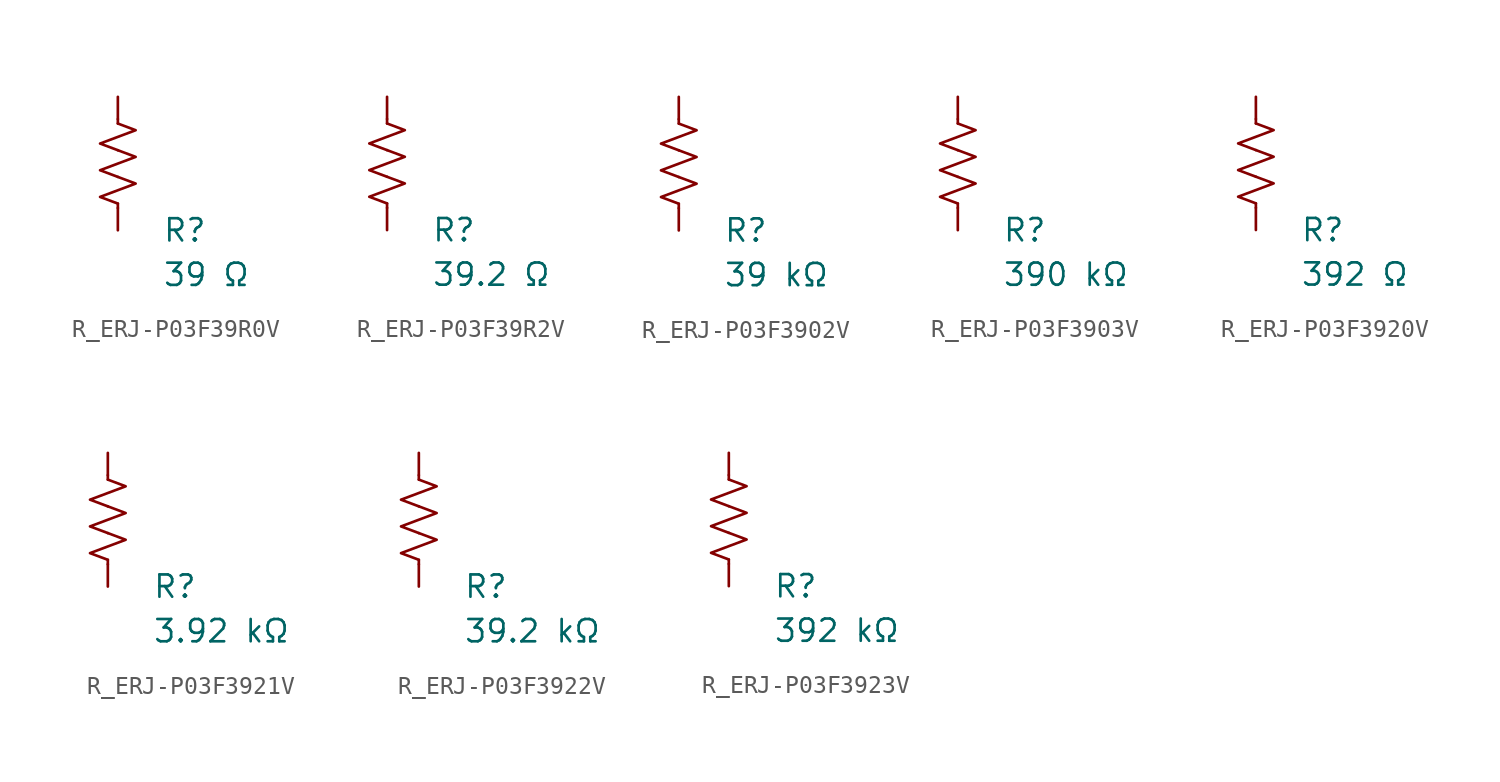
<source format=kicad_sym>
(kicad_symbol_lib
  (version 20231120)
  (generator "kicad_symbol_editor")
  (generator_version "8.0")
  (symbol "R_ERJ-P03F39R0V"
    (pin_numbers hide)
    (pin_names
      (offset 0))
    (property "Reference" "R"
      (at 2.54 -3.81 0)
      (effects (font (size 1.27 1.27)) (justify left))
      (show_name no))
    (property "Value" "39 Ω"
      (at 2.54 -6.35 0)
      (effects (font (size 1.27 1.27)) (justify left))
      (show_name no))
    (symbol "R_ERJ-P03F39R0V_0_1"
      (polyline (pts (xy 0 -2.286) (xy 0 -2.54)) (stroke (width 0) (type default)) (fill (type none)))
      (polyline (pts (xy 0 2.286) (xy 0 2.54)) (stroke (width 0) (type default)) (fill (type none)))
      (polyline (pts (xy 0 -0.762) (xy 1.016 -1.143) (xy 0 -1.524) (xy -1.016 -1.905) (xy 0 -2.286)) (stroke (width 0) (type default)) (fill (type none)))
      (polyline (pts (xy 0 0.762) (xy 1.016 0.381) (xy 0 0) (xy -1.016 -0.381) (xy 0 -0.762)) (stroke (width 0) (type default)) (fill (type none)))
      (polyline (pts (xy 0 2.286) (xy 1.016 1.905) (xy 0 1.524) (xy -1.016 1.143) (xy 0 0.762)) (stroke (width 0) (type default)) (fill (type none))))
    (symbol "R_ERJ-P03F39R0V_1_1"
      (pin passive line (at 0 3.81 270) (length 1.27) (name "~" (effects (font (size 1.27 1.27)))) (number "1" (effects (font (size 1.27 1.27)))))
      (pin passive line (at 0 -3.81 90) (length 1.27) (name "~" (effects (font (size 1.27 1.27)))) (number "2" (effects (font (size 1.27 1.27)))))))
  (symbol "R_ERJ-P03F39R2V"
    (pin_numbers hide)
    (pin_names
      (offset 0))
    (property "Reference" "R"
      (at 2.54 -3.81 0)
      (effects (font (size 1.27 1.27)) (justify left))
      (show_name no))
    (property "Value" "39.2 Ω"
      (at 2.54 -6.35 0)
      (effects (font (size 1.27 1.27)) (justify left))
      (show_name no))
    (symbol "R_ERJ-P03F39R2V_0_1"
      (polyline (pts (xy 0 -2.286) (xy 0 -2.54)) (stroke (width 0) (type default)) (fill (type none)))
      (polyline (pts (xy 0 2.286) (xy 0 2.54)) (stroke (width 0) (type default)) (fill (type none)))
      (polyline (pts (xy 0 -0.762) (xy 1.016 -1.143) (xy 0 -1.524) (xy -1.016 -1.905) (xy 0 -2.286)) (stroke (width 0) (type default)) (fill (type none)))
      (polyline (pts (xy 0 0.762) (xy 1.016 0.381) (xy 0 0) (xy -1.016 -0.381) (xy 0 -0.762)) (stroke (width 0) (type default)) (fill (type none)))
      (polyline (pts (xy 0 2.286) (xy 1.016 1.905) (xy 0 1.524) (xy -1.016 1.143) (xy 0 0.762)) (stroke (width 0) (type default)) (fill (type none))))
    (symbol "R_ERJ-P03F39R2V_1_1"
      (pin passive line (at 0 3.81 270) (length 1.27) (name "~" (effects (font (size 1.27 1.27)))) (number "1" (effects (font (size 1.27 1.27)))))
      (pin passive line (at 0 -3.81 90) (length 1.27) (name "~" (effects (font (size 1.27 1.27)))) (number "2" (effects (font (size 1.27 1.27)))))))
  (symbol "R_ERJ-P03F3902V"
    (pin_numbers hide)
    (pin_names
      (offset 0))
    (property "Reference" "R"
      (at 2.54 -3.81 0)
      (effects (font (size 1.27 1.27)) (justify left))
      (show_name no))
    (property "Value" "39 kΩ"
      (at 2.54 -6.35 0)
      (effects (font (size 1.27 1.27)) (justify left))
      (show_name no))
    (symbol "R_ERJ-P03F3902V_0_1"
      (polyline (pts (xy 0 -2.286) (xy 0 -2.54)) (stroke (width 0) (type default)) (fill (type none)))
      (polyline (pts (xy 0 2.286) (xy 0 2.54)) (stroke (width 0) (type default)) (fill (type none)))
      (polyline (pts (xy 0 -0.762) (xy 1.016 -1.143) (xy 0 -1.524) (xy -1.016 -1.905) (xy 0 -2.286)) (stroke (width 0) (type default)) (fill (type none)))
      (polyline (pts (xy 0 0.762) (xy 1.016 0.381) (xy 0 0) (xy -1.016 -0.381) (xy 0 -0.762)) (stroke (width 0) (type default)) (fill (type none)))
      (polyline (pts (xy 0 2.286) (xy 1.016 1.905) (xy 0 1.524) (xy -1.016 1.143) (xy 0 0.762)) (stroke (width 0) (type default)) (fill (type none))))
    (symbol "R_ERJ-P03F3902V_1_1"
      (pin passive line (at 0 3.81 270) (length 1.27) (name "~" (effects (font (size 1.27 1.27)))) (number "1" (effects (font (size 1.27 1.27)))))
      (pin passive line (at 0 -3.81 90) (length 1.27) (name "~" (effects (font (size 1.27 1.27)))) (number "2" (effects (font (size 1.27 1.27)))))))
  (symbol "R_ERJ-P03F3903V"
    (pin_numbers hide)
    (pin_names
      (offset 0))
    (property "Reference" "R"
      (at 2.54 -3.81 0)
      (effects (font (size 1.27 1.27)) (justify left))
      (show_name no))
    (property "Value" "390 kΩ"
      (at 2.54 -6.35 0)
      (effects (font (size 1.27 1.27)) (justify left))
      (show_name no))
    (symbol "R_ERJ-P03F3903V_0_1"
      (polyline (pts (xy 0 -2.286) (xy 0 -2.54)) (stroke (width 0) (type default)) (fill (type none)))
      (polyline (pts (xy 0 2.286) (xy 0 2.54)) (stroke (width 0) (type default)) (fill (type none)))
      (polyline (pts (xy 0 -0.762) (xy 1.016 -1.143) (xy 0 -1.524) (xy -1.016 -1.905) (xy 0 -2.286)) (stroke (width 0) (type default)) (fill (type none)))
      (polyline (pts (xy 0 0.762) (xy 1.016 0.381) (xy 0 0) (xy -1.016 -0.381) (xy 0 -0.762)) (stroke (width 0) (type default)) (fill (type none)))
      (polyline (pts (xy 0 2.286) (xy 1.016 1.905) (xy 0 1.524) (xy -1.016 1.143) (xy 0 0.762)) (stroke (width 0) (type default)) (fill (type none))))
    (symbol "R_ERJ-P03F3903V_1_1"
      (pin passive line (at 0 3.81 270) (length 1.27) (name "~" (effects (font (size 1.27 1.27)))) (number "1" (effects (font (size 1.27 1.27)))))
      (pin passive line (at 0 -3.81 90) (length 1.27) (name "~" (effects (font (size 1.27 1.27)))) (number "2" (effects (font (size 1.27 1.27)))))))
  (symbol "R_ERJ-P03F3920V"
    (pin_numbers hide)
    (pin_names
      (offset 0))
    (property "Reference" "R"
      (at 2.54 -3.81 0)
      (effects (font (size 1.27 1.27)) (justify left))
      (show_name no))
    (property "Value" "392 Ω"
      (at 2.54 -6.35 0)
      (effects (font (size 1.27 1.27)) (justify left))
      (show_name no))
    (symbol "R_ERJ-P03F3920V_0_1"
      (polyline (pts (xy 0 -2.286) (xy 0 -2.54)) (stroke (width 0) (type default)) (fill (type none)))
      (polyline (pts (xy 0 2.286) (xy 0 2.54)) (stroke (width 0) (type default)) (fill (type none)))
      (polyline (pts (xy 0 -0.762) (xy 1.016 -1.143) (xy 0 -1.524) (xy -1.016 -1.905) (xy 0 -2.286)) (stroke (width 0) (type default)) (fill (type none)))
      (polyline (pts (xy 0 0.762) (xy 1.016 0.381) (xy 0 0) (xy -1.016 -0.381) (xy 0 -0.762)) (stroke (width 0) (type default)) (fill (type none)))
      (polyline (pts (xy 0 2.286) (xy 1.016 1.905) (xy 0 1.524) (xy -1.016 1.143) (xy 0 0.762)) (stroke (width 0) (type default)) (fill (type none))))
    (symbol "R_ERJ-P03F3920V_1_1"
      (pin passive line (at 0 3.81 270) (length 1.27) (name "~" (effects (font (size 1.27 1.27)))) (number "1" (effects (font (size 1.27 1.27)))))
      (pin passive line (at 0 -3.81 90) (length 1.27) (name "~" (effects (font (size 1.27 1.27)))) (number "2" (effects (font (size 1.27 1.27)))))))
  (symbol "R_ERJ-P03F3921V"
    (pin_numbers hide)
    (pin_names
      (offset 0))
    (property "Reference" "R"
      (at 2.54 -3.81 0)
      (effects (font (size 1.27 1.27)) (justify left))
      (show_name no))
    (property "Value" "3.92 kΩ"
      (at 2.54 -6.35 0)
      (effects (font (size 1.27 1.27)) (justify left))
      (show_name no))
    (symbol "R_ERJ-P03F3921V_0_1"
      (polyline (pts (xy 0 -2.286) (xy 0 -2.54)) (stroke (width 0) (type default)) (fill (type none)))
      (polyline (pts (xy 0 2.286) (xy 0 2.54)) (stroke (width 0) (type default)) (fill (type none)))
      (polyline (pts (xy 0 -0.762) (xy 1.016 -1.143) (xy 0 -1.524) (xy -1.016 -1.905) (xy 0 -2.286)) (stroke (width 0) (type default)) (fill (type none)))
      (polyline (pts (xy 0 0.762) (xy 1.016 0.381) (xy 0 0) (xy -1.016 -0.381) (xy 0 -0.762)) (stroke (width 0) (type default)) (fill (type none)))
      (polyline (pts (xy 0 2.286) (xy 1.016 1.905) (xy 0 1.524) (xy -1.016 1.143) (xy 0 0.762)) (stroke (width 0) (type default)) (fill (type none))))
    (symbol "R_ERJ-P03F3921V_1_1"
      (pin passive line (at 0 3.81 270) (length 1.27) (name "~" (effects (font (size 1.27 1.27)))) (number "1" (effects (font (size 1.27 1.27)))))
      (pin passive line (at 0 -3.81 90) (length 1.27) (name "~" (effects (font (size 1.27 1.27)))) (number "2" (effects (font (size 1.27 1.27)))))))
  (symbol "R_ERJ-P03F3922V"
    (pin_numbers hide)
    (pin_names
      (offset 0))
    (property "Reference" "R"
      (at 2.54 -3.81 0)
      (effects (font (size 1.27 1.27)) (justify left))
      (show_name no))
    (property "Value" "39.2 kΩ"
      (at 2.54 -6.35 0)
      (effects (font (size 1.27 1.27)) (justify left))
      (show_name no))
    (symbol "R_ERJ-P03F3922V_0_1"
      (polyline (pts (xy 0 -2.286) (xy 0 -2.54)) (stroke (width 0) (type default)) (fill (type none)))
      (polyline (pts (xy 0 2.286) (xy 0 2.54)) (stroke (width 0) (type default)) (fill (type none)))
      (polyline (pts (xy 0 -0.762) (xy 1.016 -1.143) (xy 0 -1.524) (xy -1.016 -1.905) (xy 0 -2.286)) (stroke (width 0) (type default)) (fill (type none)))
      (polyline (pts (xy 0 0.762) (xy 1.016 0.381) (xy 0 0) (xy -1.016 -0.381) (xy 0 -0.762)) (stroke (width 0) (type default)) (fill (type none)))
      (polyline (pts (xy 0 2.286) (xy 1.016 1.905) (xy 0 1.524) (xy -1.016 1.143) (xy 0 0.762)) (stroke (width 0) (type default)) (fill (type none))))
    (symbol "R_ERJ-P03F3922V_1_1"
      (pin passive line (at 0 3.81 270) (length 1.27) (name "~" (effects (font (size 1.27 1.27)))) (number "1" (effects (font (size 1.27 1.27)))))
      (pin passive line (at 0 -3.81 90) (length 1.27) (name "~" (effects (font (size 1.27 1.27)))) (number "2" (effects (font (size 1.27 1.27)))))))
  (symbol "R_ERJ-P03F3923V"
    (pin_numbers hide)
    (pin_names
      (offset 0))
    (property "Reference" "R"
      (at 2.54 -3.81 0)
      (effects (font (size 1.27 1.27)) (justify left))
      (show_name no))
    (property "Value" "392 kΩ"
      (at 2.54 -6.35 0)
      (effects (font (size 1.27 1.27)) (justify left))
      (show_name no))
    (symbol "R_ERJ-P03F3923V_0_1"
      (polyline (pts (xy 0 -2.286) (xy 0 -2.54)) (stroke (width 0) (type default)) (fill (type none)))
      (polyline (pts (xy 0 2.286) (xy 0 2.54)) (stroke (width 0) (type default)) (fill (type none)))
      (polyline (pts (xy 0 -0.762) (xy 1.016 -1.143) (xy 0 -1.524) (xy -1.016 -1.905) (xy 0 -2.286)) (stroke (width 0) (type default)) (fill (type none)))
      (polyline (pts (xy 0 0.762) (xy 1.016 0.381) (xy 0 0) (xy -1.016 -0.381) (xy 0 -0.762)) (stroke (width 0) (type default)) (fill (type none)))
      (polyline (pts (xy 0 2.286) (xy 1.016 1.905) (xy 0 1.524) (xy -1.016 1.143) (xy 0 0.762)) (stroke (width 0) (type default)) (fill (type none))))
    (symbol "R_ERJ-P03F3923V_1_1"
      (pin passive line (at 0 3.81 270) (length 1.27) (name "~" (effects (font (size 1.27 1.27)))) (number "1" (effects (font (size 1.27 1.27)))))
      (pin passive line (at 0 -3.81 90) (length 1.27) (name "~" (effects (font (size 1.27 1.27)))) (number "2" (effects (font (size 1.27 1.27))))))))
</source>
